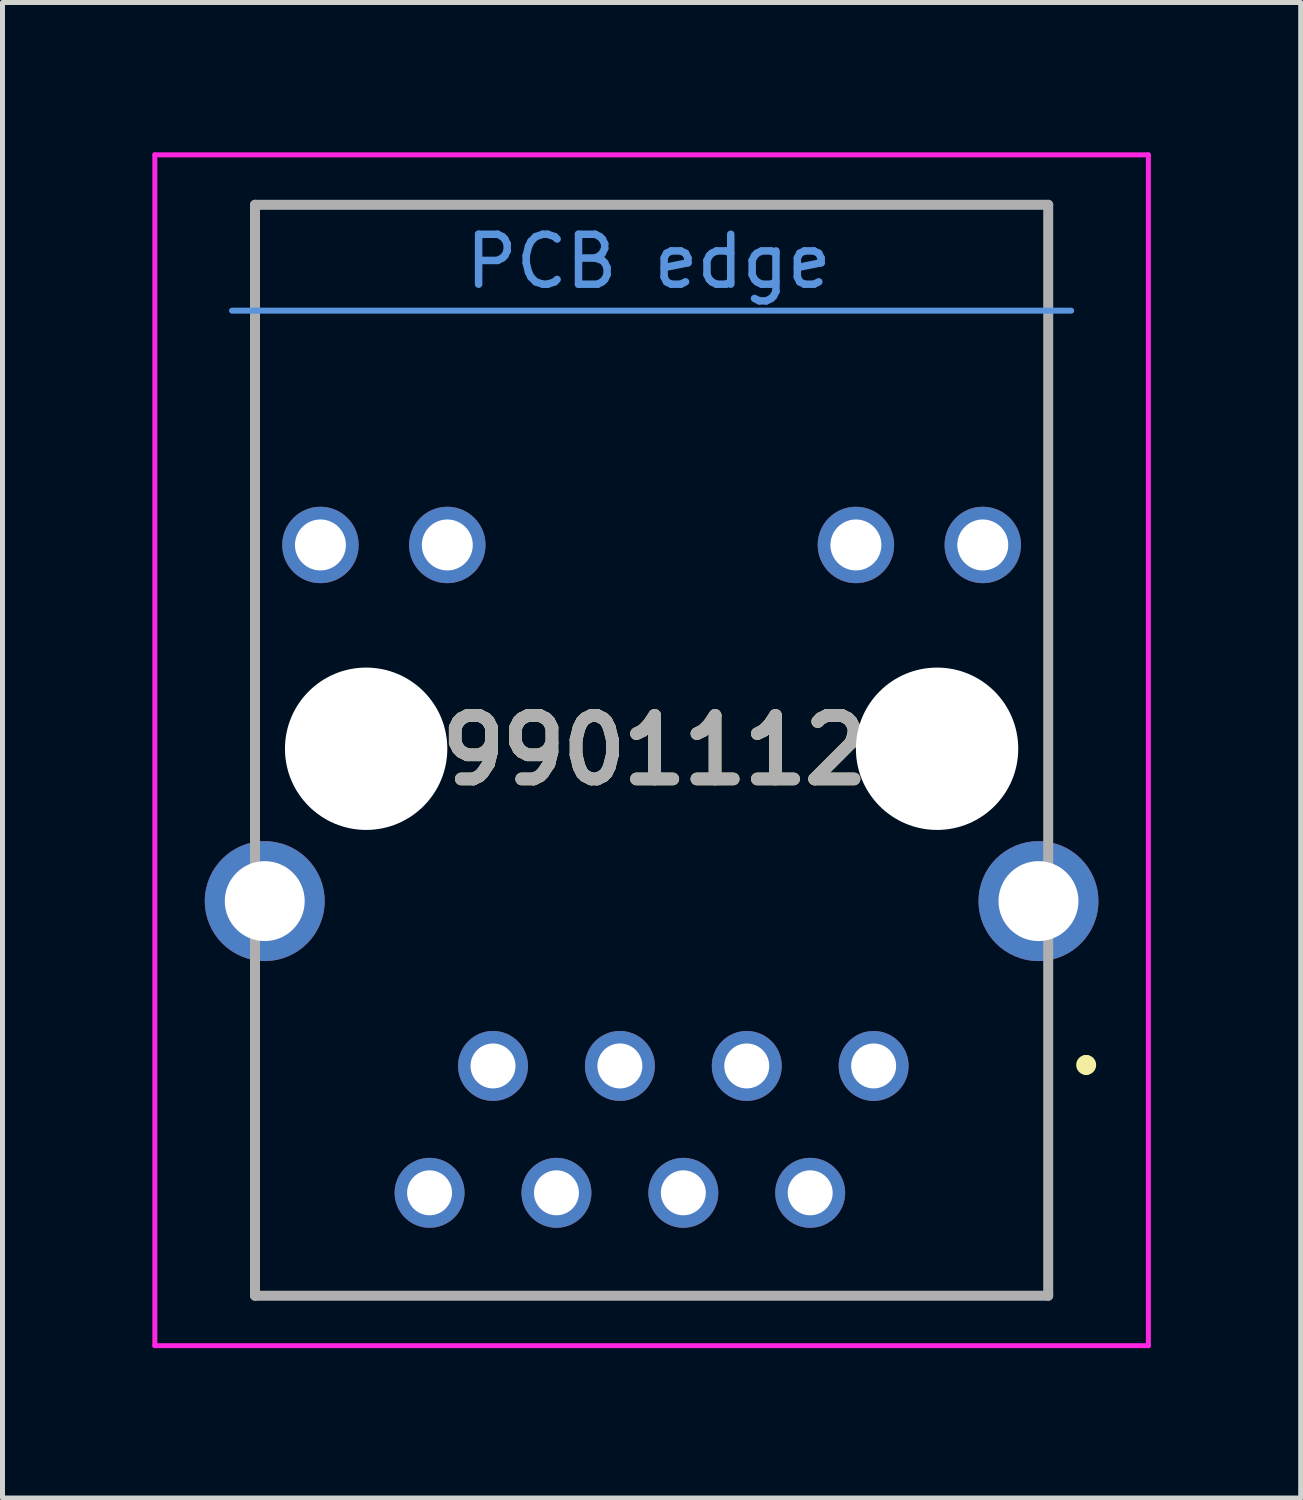
<source format=kicad_pcb>
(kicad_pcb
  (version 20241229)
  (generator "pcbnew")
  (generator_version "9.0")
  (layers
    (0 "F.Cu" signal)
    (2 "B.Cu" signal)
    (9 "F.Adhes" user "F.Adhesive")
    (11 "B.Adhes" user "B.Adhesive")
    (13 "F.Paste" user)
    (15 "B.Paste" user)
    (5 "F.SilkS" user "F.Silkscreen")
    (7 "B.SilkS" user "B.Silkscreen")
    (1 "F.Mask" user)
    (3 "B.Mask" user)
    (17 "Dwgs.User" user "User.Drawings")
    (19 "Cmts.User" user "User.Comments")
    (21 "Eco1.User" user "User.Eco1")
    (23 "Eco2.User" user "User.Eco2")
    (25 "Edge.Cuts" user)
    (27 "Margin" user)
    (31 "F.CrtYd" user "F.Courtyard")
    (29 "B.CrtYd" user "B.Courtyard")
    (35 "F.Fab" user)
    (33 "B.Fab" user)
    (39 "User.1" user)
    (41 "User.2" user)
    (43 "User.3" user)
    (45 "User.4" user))
  (footprint "7499011121A"
    (layer "F.Cu")
    (at 9.995 11.97)
    (property "Reference" "7499011121A" (at 0 0 0) (layer "F.SilkS") (effects (font (size 1.27 1.27) (thickness 0.254))))
    (attr through_hole)
    (fp_line (start -7.94 1.08) (end -7.94 -8.5) (stroke (width 0.1) (type solid)) (layer "F.SilkS"))
    (fp_line (start -7.94 5.08) (end -7.94 10.92) (stroke (width 0.1) (type solid)) (layer "F.SilkS"))
    (fp_line (start -7.94 10.92) (end 7.94 10.92) (stroke (width 0.1) (type solid)) (layer "F.SilkS"))
    (fp_line (start 7.94 -8.5) (end 7.94 1.08) (stroke (width 0.1) (type solid)) (layer "F.SilkS"))
    (fp_line (start 7.94 10.92) (end 7.94 5.08) (stroke (width 0.1) (type solid)) (layer "F.SilkS"))
    (fp_line (start 8.7 6.2) (end 8.7 6.2) (stroke (width 0.2) (type solid)) (layer "F.SilkS"))
    (fp_line (start 8.7 6.4) (end 8.7 6.4) (stroke (width 0.2) (type solid)) (layer "F.SilkS"))
    (fp_arc (start 8.7 6.2) (mid 8.8 6.3) (end 8.7 6.4) (stroke (width 0.2) (type solid)) (layer "F.SilkS"))
    (fp_arc (start 8.7 6.4) (mid 8.6 6.3) (end 8.7 6.2) (stroke (width 0.2) (type solid)) (layer "F.SilkS"))
    (fp_line (start -8.4 -8.8) (end 8.4 -8.8) (stroke (width 0.12) (type default)) (layer "Cmts.User"))
    (fp_line (start -9.945 -11.92) (end 9.945 -11.92) (stroke (width 0.1) (type solid)) (layer "F.CrtYd"))
    (fp_line (start -9.945 11.92) (end -9.945 -11.92) (stroke (width 0.1) (type solid)) (layer "F.CrtYd"))
    (fp_line (start 9.945 -11.92) (end 9.945 11.92) (stroke (width 0.1) (type solid)) (layer "F.CrtYd"))
    (fp_line (start 9.945 11.92) (end -9.945 11.92) (stroke (width 0.1) (type solid)) (layer "F.CrtYd"))
    (fp_line (start -7.94 -10.92) (end 7.94 -10.92) (stroke (width 0.2) (type solid)) (layer "F.Fab"))
    (fp_line (start -7.94 10.92) (end -7.94 -10.92) (stroke (width 0.2) (type solid)) (layer "F.Fab"))
    (fp_line (start 7.94 -10.92) (end 7.94 10.92) (stroke (width 0.2) (type solid)) (layer "F.Fab"))
    (fp_line (start 7.94 10.92) (end -7.94 10.92) (stroke (width 0.2) (type solid)) (layer "F.Fab"))
    (fp_text user "PCB edge" (at -3.8 -9.2 0) (unlocked yes) (layer "Cmts.User") (effects (font (size 1 1) (thickness 0.15)) (justify left bottom)))
    (fp_text user "${REFERENCE}" (at 0 0 0) (layer "F.Fab") (effects (font (size 1.27 1.27) (thickness 0.254))))
    (pad "" np_thru_hole circle (at -5.715 -0.03) (size 3.25 3.25) (drill 3.25) (layers "*.Cu" "*.Mask"))
    (pad "" np_thru_hole circle (at 5.715 -0.03) (size 3.25 3.25) (drill 3.25) (layers "*.Cu" "*.Mask"))
    (pad "1" thru_hole circle (at 4.445 6.32) (size 1.4 1.4) (drill 0.9) (layers "*.Cu" "*.Mask"))
    (pad "2" thru_hole circle (at 3.175 8.86) (size 1.4 1.4) (drill 0.9) (layers "*.Cu" "*.Mask"))
    (pad "3" thru_hole circle (at 1.905 6.32) (size 1.4 1.4) (drill 0.9) (layers "*.Cu" "*.Mask"))
    (pad "4" thru_hole circle (at 0.635 8.86) (size 1.4 1.4) (drill 0.9) (layers "*.Cu" "*.Mask"))
    (pad "5" thru_hole circle (at -0.635 6.32) (size 1.4 1.4) (drill 0.9) (layers "*.Cu" "*.Mask"))
    (pad "6" thru_hole circle (at -1.905 8.86) (size 1.4 1.4) (drill 0.9) (layers "*.Cu" "*.Mask"))
    (pad "7" thru_hole circle (at -3.175 6.32) (size 1.4 1.4) (drill 0.9) (layers "*.Cu" "*.Mask"))
    (pad "8" thru_hole circle (at -4.445 8.86) (size 1.4 1.4) (drill 0.9) (layers "*.Cu" "*.Mask"))
    (pad "9" thru_hole circle (at 6.63 -4.11) (size 1.53 1.53) (drill 1.02) (layers "*.Cu" "*.Mask"))
    (pad "10" thru_hole circle (at 4.09 -4.11) (size 1.53 1.53) (drill 1.02) (layers "*.Cu" "*.Mask"))
    (pad "11" thru_hole circle (at -4.09 -4.11) (size 1.53 1.53) (drill 1.02) (layers "*.Cu" "*.Mask"))
    (pad "12" thru_hole circle (at -6.63 -4.11) (size 1.53 1.53) (drill 1.02) (layers "*.Cu" "*.Mask"))
    (pad "13" thru_hole circle (at -7.745 3.02) (size 2.4 2.4) (drill 1.6) (layers "*.Cu" "*.Mask"))
    (pad "14" thru_hole circle (at 7.745 3.02) (size 2.4 2.4) (drill 1.6) (layers "*.Cu" "*.Mask")))
  (gr_rect
    (start -3 -3)
    (end 22.99 26.94)
    (stroke (width 0.1) (type default))
    (fill no)
    (layer "Edge.Cuts")))
</source>
